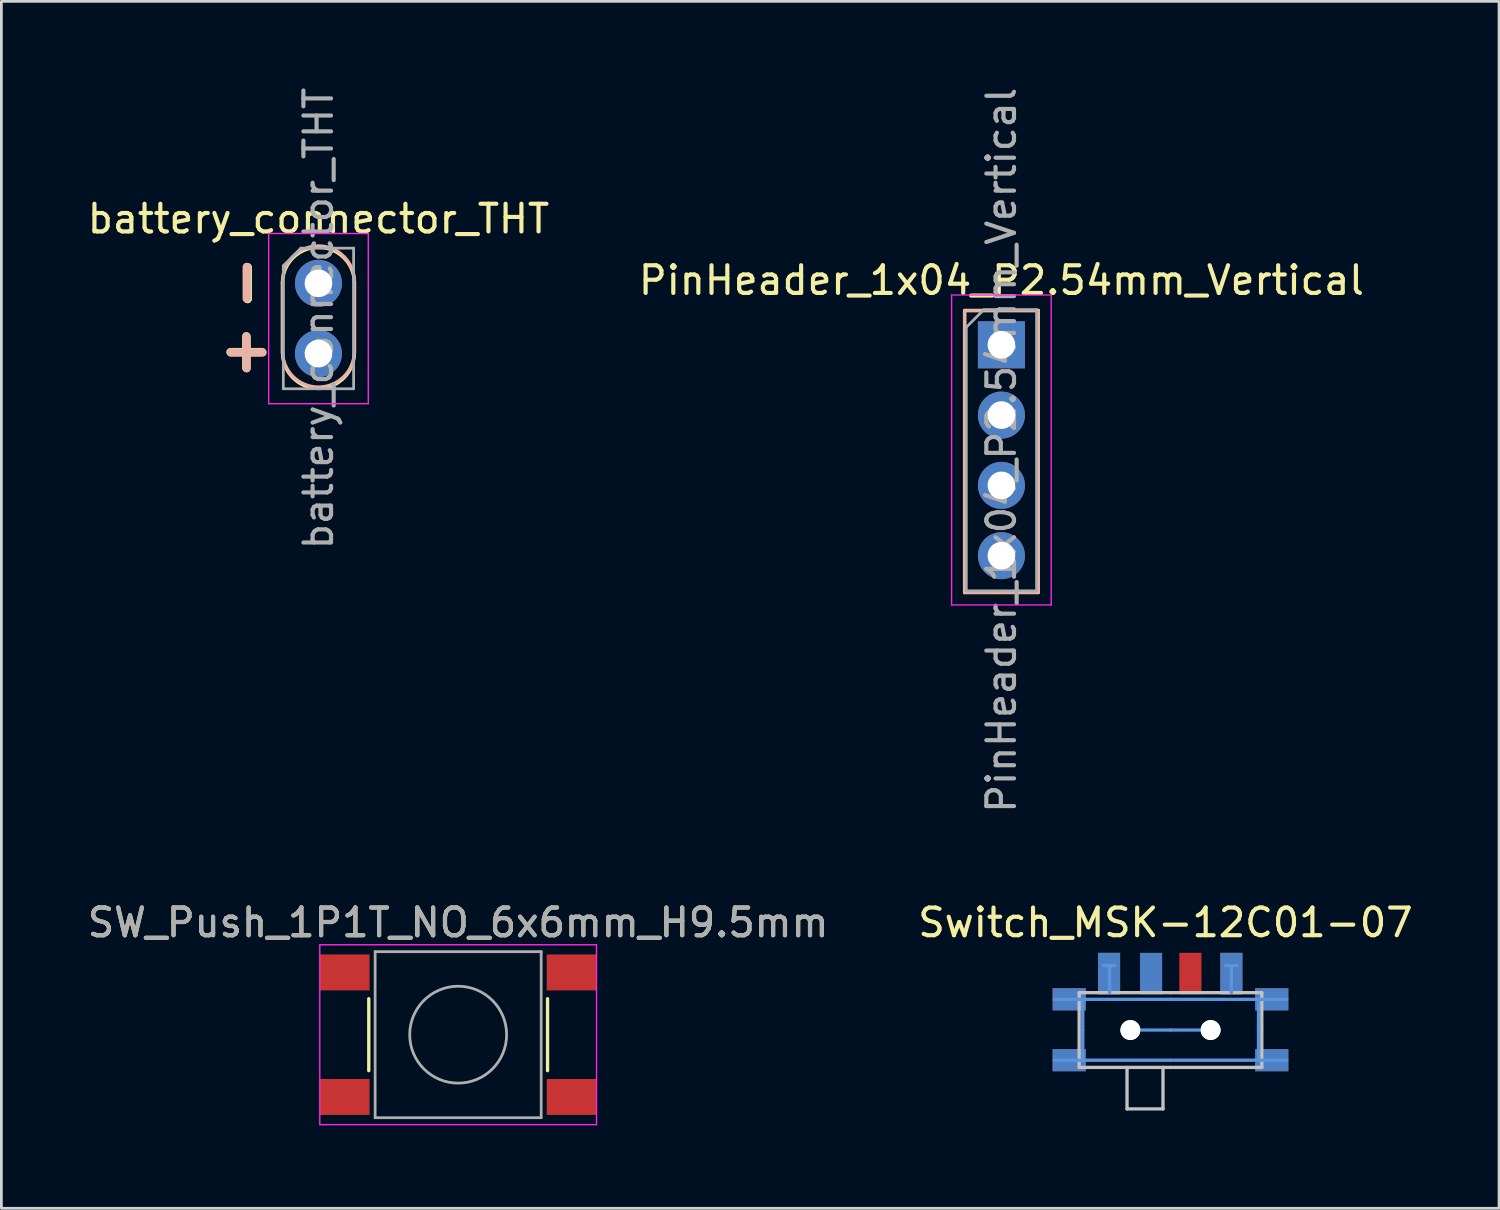
<source format=kicad_pcb>
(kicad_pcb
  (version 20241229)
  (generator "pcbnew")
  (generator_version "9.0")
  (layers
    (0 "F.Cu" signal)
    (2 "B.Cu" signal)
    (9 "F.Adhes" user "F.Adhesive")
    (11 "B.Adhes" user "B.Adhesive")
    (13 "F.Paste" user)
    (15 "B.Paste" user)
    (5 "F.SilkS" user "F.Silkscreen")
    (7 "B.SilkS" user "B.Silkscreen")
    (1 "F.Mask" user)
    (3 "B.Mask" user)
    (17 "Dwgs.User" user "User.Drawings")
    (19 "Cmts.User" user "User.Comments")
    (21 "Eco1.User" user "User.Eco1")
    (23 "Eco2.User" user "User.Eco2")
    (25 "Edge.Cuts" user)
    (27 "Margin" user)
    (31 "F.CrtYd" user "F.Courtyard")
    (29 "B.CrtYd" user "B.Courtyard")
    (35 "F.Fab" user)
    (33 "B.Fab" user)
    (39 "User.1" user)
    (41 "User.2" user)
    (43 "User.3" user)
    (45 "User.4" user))
  (footprint "battery_connector_THT"
    (layer "F.Cu")
    (at 8.458 7.188)
    (property "Reference" "battery_connector_THT" (at 0 -2.33 0) (layer "F.SilkS") (effects (font (size 1 1) (thickness 0.15))))
    (attr through_hole)
    (fp_line (start -1.3 2.5) (end -1.3 0) (stroke (width 0.12) (type solid)) (layer "F.SilkS"))
    (fp_line (start 1.3 0) (end 1.3 2.5) (stroke (width 0.12) (type solid)) (layer "F.SilkS"))
    (fp_arc (start -1.3 0) (mid 0 -1.3) (end 1.3 0) (stroke (width 0.12) (type solid)) (layer "F.SilkS"))
    (fp_arc (start 1.3 2.5) (mid 0 3.8) (end -1.3 2.5) (stroke (width 0.12) (type solid)) (layer "F.SilkS"))
    (fp_line (start -1.3 -0.05) (end -1.3 2.45) (stroke (width 0.12) (type solid)) (layer "B.SilkS"))
    (fp_line (start 1.3 2.45) (end 1.3 -0.05) (stroke (width 0.12) (type solid)) (layer "B.SilkS"))
    (fp_arc (start -1.3 -0.05) (mid 0 -1.35) (end 1.3 -0.05) (stroke (width 0.12) (type solid)) (layer "B.SilkS"))
    (fp_arc (start 1.3 2.45) (mid 0 3.75) (end -1.3 2.45) (stroke (width 0.12) (type solid)) (layer "B.SilkS"))
    (fp_line (start -1.8 -1.8) (end -1.8 4.35) (stroke (width 0.05) (type solid)) (layer "F.CrtYd"))
    (fp_line (start -1.8 4.35) (end 1.8 4.35) (stroke (width 0.05) (type solid)) (layer "F.CrtYd"))
    (fp_line (start 1.8 -1.8) (end -1.8 -1.8) (stroke (width 0.05) (type solid)) (layer "F.CrtYd"))
    (fp_line (start 1.8 4.35) (end 1.8 -1.8) (stroke (width 0.05) (type solid)) (layer "F.CrtYd"))
    (fp_line (start -1.27 -0.635) (end -0.635 -1.27) (stroke (width 0.1) (type solid)) (layer "F.Fab"))
    (fp_line (start -1.27 3.81) (end -1.27 -0.635) (stroke (width 0.1) (type solid)) (layer "F.Fab"))
    (fp_line (start -0.635 -1.27) (end 1.27 -1.27) (stroke (width 0.1) (type solid)) (layer "F.Fab"))
    (fp_line (start 1.27 -1.27) (end 1.27 3.81) (stroke (width 0.1) (type solid)) (layer "F.Fab"))
    (fp_line (start 1.27 3.81) (end -1.27 3.81) (stroke (width 0.1) (type solid)) (layer "F.Fab"))
    (fp_text user "-" (at -2.665 -0.01 90) (layer "F.SilkS") (effects (font (size 1.5 1.5) (thickness 0.3))))
    (fp_text user "-" (at -2.67 0 90) (layer "F.SilkS") (effects (font (size 1.5 1.5) (thickness 0.3)) (justify mirror)))
    (fp_text user "+" (at -2.715 2.485 90) (layer "F.SilkS") (effects (font (size 1.5 1.5) (thickness 0.3))))
    (fp_text user "-" (at -2.7 -0.02 270) (layer "B.SilkS") (effects (font (size 1.5 1.5) (thickness 0.3)) (justify mirror)))
    (fp_text user "+" (at -2.7 2.5 270) (layer "B.SilkS") (effects (font (size 1.5 1.5) (thickness 0.3)) (justify mirror)))
    (fp_text user "${REFERENCE}" (at 0 1.27 90) (layer "F.Fab") (effects (font (size 1 1) (thickness 0.15))))
    (pad "+" thru_hole oval (at 0 2.54) (size 1.7 1.7) (drill 1) (layers "*.Cu" "*.Mask"))
    (pad "-" thru_hole circle (at 0 0) (size 1.7 1.7) (drill 1) (layers "*.Cu" "*.Mask")))
  (footprint "SW_Push_1P1T_NO_6x6mm_H9.5mm"
    (layer "F.Cu")
    (at 13.506 34.339)
    (property "Reference" "SW_Push_1P1T_NO_6x6mm_H9.5mm" (at 0 -4.05 0) (layer "F.SilkS") (effects (font (size 1 1) (thickness 0.15))))
    (attr smd)
    (fp_line (start -3.23 -1.3) (end -3.23 1.3) (stroke (width 0.12) (type solid)) (layer "F.SilkS"))
    (fp_line (start 3.23 -1.3) (end 3.23 1.3) (stroke (width 0.12) (type solid)) (layer "F.SilkS"))
    (fp_line (start -5 -3.25) (end -5 3.25) (stroke (width 0.05) (type solid)) (layer "F.CrtYd"))
    (fp_line (start -5 -3.25) (end 5 -3.25) (stroke (width 0.05) (type solid)) (layer "F.CrtYd"))
    (fp_line (start -5 3.25) (end 5 3.25) (stroke (width 0.05) (type solid)) (layer "F.CrtYd"))
    (fp_line (start 5 3.25) (end 5 -3.25) (stroke (width 0.05) (type solid)) (layer "F.CrtYd"))
    (fp_line (start -3 -3) (end -3 3) (stroke (width 0.1) (type solid)) (layer "F.Fab"))
    (fp_line (start -3 3) (end 3 3) (stroke (width 0.1) (type solid)) (layer "F.Fab"))
    (fp_line (start 3 -3) (end -3 -3) (stroke (width 0.1) (type solid)) (layer "F.Fab"))
    (fp_line (start 3 3) (end 3 -3) (stroke (width 0.1) (type solid)) (layer "F.Fab"))
    (fp_circle (center 0 0) (end 1.75 -0.05) (stroke (width 0.1) (type solid)) (fill no) (layer "F.Fab"))
    (fp_text user "${REFERENCE}" (at 0 -4.05 0) (layer "F.Fab") (effects (font (size 1 1) (thickness 0.15))))
    (pad "1" smd rect (at -4.1 -2.25) (size 1.8 1.3) (layers "F.Cu" "F.Mask" "F.Paste"))
    (pad "1" smd rect (at 4.1 -2.25) (size 1.8 1.3) (layers "F.Cu" "F.Mask" "F.Paste"))
    (pad "2" smd rect (at -4.1 2.25) (size 1.8 1.3) (layers "F.Cu" "F.Mask" "F.Paste"))
    (pad "2" smd rect (at 4.1 2.25) (size 1.8 1.3) (layers "F.Cu" "F.Mask" "F.Paste")))
  (footprint "Switch_MSK-12C01-07"
    (layer "F.Cu")
    (at 39.246 34.171)
    (property "Reference" "Switch_MSK-12C01-07" (at -0.181 -3.882 0) (layer "F.SilkS") (effects (font (size 1 1) (thickness 0.15))))
    (attr through_hole)
    (fp_line (start -3.3 -1.35) (end -3.3 1.35) (stroke (width 0.12) (type solid)) (layer "Dwgs.User"))
    (fp_line (start -3.3 -1.35) (end 0 -1.35) (stroke (width 0.12) (type solid)) (layer "Dwgs.User"))
    (fp_line (start -3.3 1.35) (end 0 1.35) (stroke (width 0.12) (type solid)) (layer "Dwgs.User"))
    (fp_line (start -1.57 1.35) (end -1.57 2.85) (stroke (width 0.12) (type solid)) (layer "Dwgs.User"))
    (fp_line (start -1.57 2.85) (end -0.27 2.85) (stroke (width 0.12) (type solid)) (layer "Dwgs.User"))
    (fp_line (start -0.27 1.35) (end -0.27 2.85) (stroke (width 0.12) (type solid)) (layer "Dwgs.User"))
    (fp_line (start 0 -1.35) (end 3.3 -1.35) (stroke (width 0.12) (type solid)) (layer "Dwgs.User"))
    (fp_line (start 0 1.35) (end 3.3 1.35) (stroke (width 0.12) (type solid)) (layer "Dwgs.User"))
    (fp_line (start 3.3 -1.35) (end 3.3 1.35) (stroke (width 0.12) (type solid)) (layer "Dwgs.User"))
    (fp_line (start -4.2 -1.11) (end 0 -1.11) (stroke (width 0.12) (type solid)) (layer "Cmts.User"))
    (fp_line (start -4.2 1.09) (end 0 1.09) (stroke (width 0.12) (type solid)) (layer "Cmts.User"))
    (fp_line (start -3.17 -1.11) (end -3.17 -0.01) (stroke (width 0.12) (type solid)) (layer "Cmts.User"))
    (fp_line (start -3.17 -0.01) (end -3.17 1.09) (stroke (width 0.12) (type solid)) (layer "Cmts.User"))
    (fp_line (start -2.42 -2.33) (end -2.02 -2.33) (stroke (width 0.12) (type solid)) (layer "Cmts.User"))
    (fp_line (start -2.2 -2.33) (end -2.2 -1.35) (stroke (width 0.12) (type solid)) (layer "Cmts.User"))
    (fp_line (start -1.45 0) (end 0 0) (stroke (width 0.12) (type solid)) (layer "Cmts.User"))
    (fp_line (start 0 -1.11) (end 4.2 -1.11) (stroke (width 0.12) (type solid)) (layer "Cmts.User"))
    (fp_line (start 0 0) (end 1.45 0) (stroke (width 0.12) (type solid)) (layer "Cmts.User"))
    (fp_line (start 0 1.09) (end 4.2 1.09) (stroke (width 0.12) (type solid)) (layer "Cmts.User"))
    (fp_line (start 2 -2.33) (end 2.4 -2.33) (stroke (width 0.12) (type solid)) (layer "Cmts.User"))
    (fp_line (start 2.2 -2.33) (end 2.2 -1.35) (stroke (width 0.12) (type solid)) (layer "Cmts.User"))
    (fp_line (start 3.18 -1.11) (end 3.18 -0.01) (stroke (width 0.12) (type solid)) (layer "Cmts.User"))
    (fp_line (start 3.18 -0.01) (end 3.18 1.09) (stroke (width 0.12) (type solid)) (layer "Cmts.User"))
    (pad "" np_thru_hole circle (at -1.45 0) (size 0.72 0.72) (drill 0.72) (layers "*.Cu" "*.Mask" "F.SilkS"))
    (pad "" np_thru_hole circle (at 1.45 0) (size 0.72 0.72) (drill 0.72) (layers "*.Cu" "*.Mask" "F.SilkS"))
    (pad "1" smd rect (at -2.22 -2.04) (size 0.8 1.5) (layers "F.Cu" "F.Mask" "F.Paste"))
    (pad "1" smd rect (at 2.2 -2.04) (size 0.8 1.5) (layers "B.Cu" "B.Mask" "B.Paste"))
    (pad "2" smd rect (at -0.7 -2.04) (size 0.8 1.5) (layers "B.Cu" "B.Mask" "B.Paste"))
    (pad "2" smd rect (at 0.72 -2.04) (size 0.8 1.5) (layers "F.Cu" "F.Mask" "F.Paste"))
    (pad "3" smd rect (at -2.22 -2.04) (size 0.8 1.5) (layers "B.Cu" "B.Mask" "B.Paste"))
    (pad "3" smd rect (at 2.2 -2.04) (size 0.8 1.5) (layers "F.Cu" "F.Mask" "F.Paste"))
    (pad "4" smd rect (at -3.66 -1.11) (size 1.2 0.8) (layers "F.Cu" "F.Mask" "F.Paste"))
    (pad "4" smd rect (at -3.66 -1.11) (size 1.2 0.8) (layers "B.Cu" "B.Mask" "B.Paste"))
    (pad "4" smd rect (at -3.66 1.09) (size 1.2 0.8) (layers "F.Cu" "F.Mask" "F.Paste"))
    (pad "4" smd rect (at -3.66 1.09) (size 1.2 0.8) (layers "B.Cu" "B.Mask" "B.Paste"))
    (pad "4" smd rect (at 3.66 -1.11) (size 1.2 0.8) (layers "F.Cu" "F.Mask" "F.Paste"))
    (pad "4" smd rect (at 3.66 -1.11) (size 1.2 0.8) (layers "B.Cu" "B.Mask" "B.Paste"))
    (pad "4" smd rect (at 3.66 1.09) (size 1.2 0.8) (layers "F.Cu" "F.Mask" "F.Paste"))
    (pad "4" smd rect (at 3.66 1.09) (size 1.2 0.8) (layers "B.Cu" "B.Mask" "B.Paste")))
  (footprint "PinHeader_1x04_P2.54mm_Vertical"
    (layer "F.Cu")
    (at 33.137 9.41)
    (property "Reference" "PinHeader_1x04_P2.54mm_Vertical" (at 0 -2.33 0) (layer "F.SilkS") (effects (font (size 1 1) (thickness 0.15))))
    (attr through_hole)
    (fp_line (start -1.33 -1.238) (end -1.33 8.95) (stroke (width 0.12) (type solid)) (layer "F.SilkS"))
    (fp_line (start -1.33 -1.238) (end 1.33 -1.238) (stroke (width 0.12) (type solid)) (layer "F.SilkS"))
    (fp_line (start -1.33 8.95) (end 1.33 8.95) (stroke (width 0.12) (type solid)) (layer "F.SilkS"))
    (fp_line (start 1.33 -1.238) (end 1.33 8.95) (stroke (width 0.12) (type solid)) (layer "F.SilkS"))
    (fp_line (start -1.33 -1.238) (end -1.33 8.95) (stroke (width 0.12) (type solid)) (layer "B.SilkS"))
    (fp_line (start 1.33 -1.238) (end -1.33 -1.238) (stroke (width 0.12) (type solid)) (layer "B.SilkS"))
    (fp_line (start 1.33 -1.238) (end 1.33 8.95) (stroke (width 0.12) (type solid)) (layer "B.SilkS"))
    (fp_line (start 1.33 8.95) (end -1.33 8.95) (stroke (width 0.12) (type solid)) (layer "B.SilkS"))
    (fp_line (start -1.8 -1.8) (end -1.8 9.4) (stroke (width 0.05) (type solid)) (layer "F.CrtYd"))
    (fp_line (start -1.8 9.4) (end 1.8 9.4) (stroke (width 0.05) (type solid)) (layer "F.CrtYd"))
    (fp_line (start 1.8 -1.8) (end -1.8 -1.8) (stroke (width 0.05) (type solid)) (layer "F.CrtYd"))
    (fp_line (start 1.8 9.4) (end 1.8 -1.8) (stroke (width 0.05) (type solid)) (layer "F.CrtYd"))
    (fp_line (start -1.27 -0.635) (end -0.635 -1.27) (stroke (width 0.1) (type solid)) (layer "F.Fab"))
    (fp_line (start -1.27 8.89) (end -1.27 -0.635) (stroke (width 0.1) (type solid)) (layer "F.Fab"))
    (fp_line (start -0.635 -1.27) (end 1.27 -1.27) (stroke (width 0.1) (type solid)) (layer "F.Fab"))
    (fp_line (start 1.27 -1.27) (end 1.27 8.89) (stroke (width 0.1) (type solid)) (layer "F.Fab"))
    (fp_line (start 1.27 8.89) (end -1.27 8.89) (stroke (width 0.1) (type solid)) (layer "F.Fab"))
    (fp_text user "${REFERENCE}" (at 0 3.81 270) (layer "F.Fab") (effects (font (size 1 1) (thickness 0.15))))
    (pad "1" thru_hole rect (at 0 0) (size 1.7 1.7) (drill 1) (layers "*.Cu" "*.Mask"))
    (pad "2" thru_hole oval (at 0 2.54) (size 1.7 1.7) (drill 1) (layers "*.Cu" "*.Mask"))
    (pad "3" thru_hole oval (at 0 5.08) (size 1.7 1.7) (drill 1) (layers "*.Cu" "*.Mask"))
    (pad "4" thru_hole oval (at 0 7.62) (size 1.7 1.7) (drill 1) (layers "*.Cu" "*.Mask")))
  (gr_rect
    (start -3 -3)
    (end 51.119 40.614)
    (stroke (width 0.1) (type default))
    (fill no)
    (layer "Edge.Cuts")))
</source>
